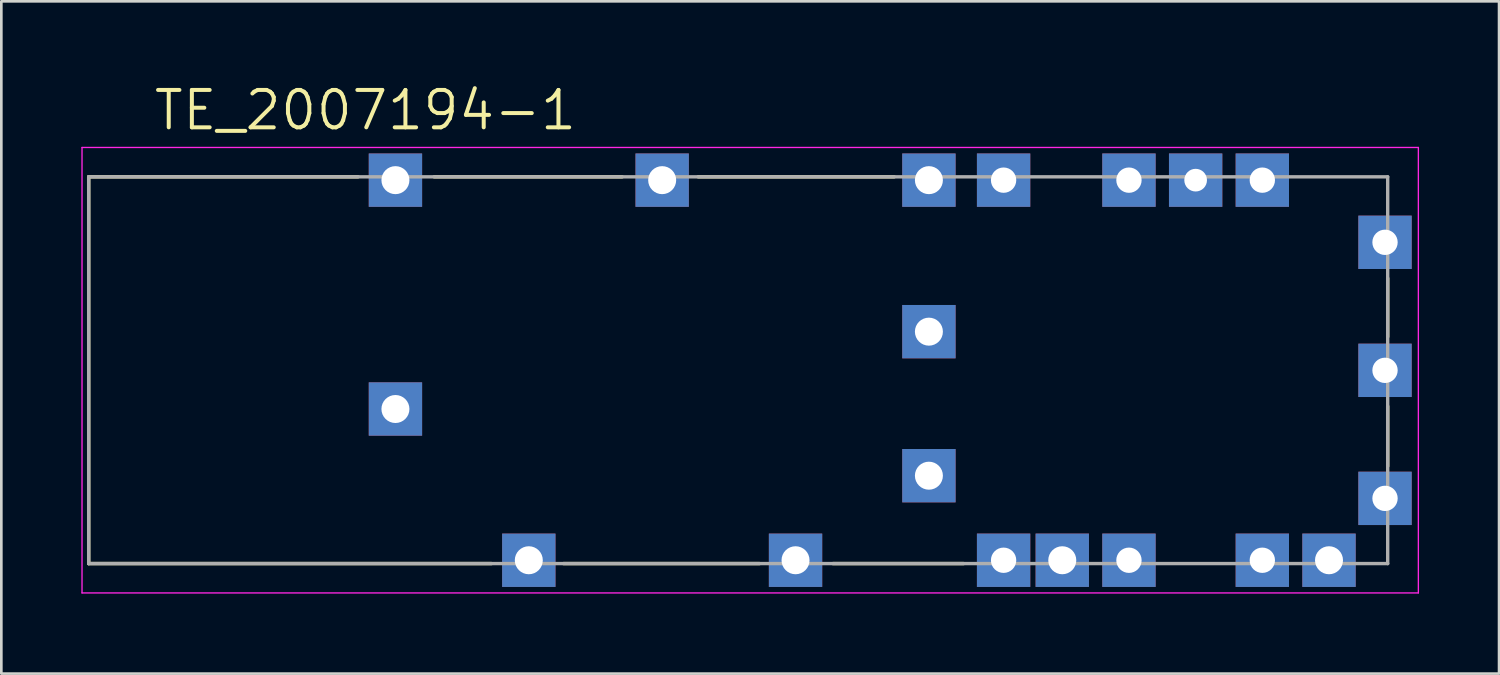
<source format=kicad_pcb>
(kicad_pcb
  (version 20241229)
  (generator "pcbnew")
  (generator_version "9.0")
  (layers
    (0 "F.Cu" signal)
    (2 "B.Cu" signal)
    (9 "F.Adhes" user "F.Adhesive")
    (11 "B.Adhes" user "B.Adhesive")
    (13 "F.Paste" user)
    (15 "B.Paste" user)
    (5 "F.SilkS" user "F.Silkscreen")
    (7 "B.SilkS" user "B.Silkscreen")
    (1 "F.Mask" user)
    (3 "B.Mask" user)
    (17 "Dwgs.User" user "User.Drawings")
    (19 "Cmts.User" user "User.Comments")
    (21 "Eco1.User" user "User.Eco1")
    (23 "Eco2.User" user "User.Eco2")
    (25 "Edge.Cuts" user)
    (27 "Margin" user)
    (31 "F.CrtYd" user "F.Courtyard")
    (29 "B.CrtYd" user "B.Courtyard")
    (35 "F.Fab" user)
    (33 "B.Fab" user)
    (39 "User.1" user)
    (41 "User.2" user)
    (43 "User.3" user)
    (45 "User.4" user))
  (footprint "TE_2007194-1"
    (layer "F.Cu")
    (at 41.775 10.829)
    (property "Reference" "TE_2007194-1" (at -31.127 -9.746 0) (layer "F.SilkS") (effects (font (size 1.401 1.401) (thickness 0.15))))
    (attr through_hole)
    (fp_line (start -41.5 -7.25) (end -41.5 7.25) (stroke (width 0.127) (type solid)) (layer "F.SilkS"))
    (fp_line (start -41.5 7.25) (end -26.4 7.25) (stroke (width 0.127) (type solid)) (layer "F.SilkS"))
    (fp_line (start -31.4 -7.25) (end -41.5 -7.25) (stroke (width 0.127) (type solid)) (layer "F.SilkS"))
    (fp_line (start -23.7 7.25) (end -16.35 7.25) (stroke (width 0.127) (type solid)) (layer "F.SilkS"))
    (fp_line (start -21.5 -7.25) (end -28.55 -7.25) (stroke (width 0.127) (type solid)) (layer "F.SilkS"))
    (fp_line (start -13.6 7.25) (end -8.7 7.25) (stroke (width 0.127) (type solid)) (layer "F.SilkS"))
    (fp_line (start -11.3 -7.25) (end -18.65 -7.25) (stroke (width 0.127) (type solid)) (layer "F.SilkS"))
    (fp_line (start 7.2 -3.45) (end 7.2 -1.25) (stroke (width 0.127) (type solid)) (layer "F.SilkS"))
    (fp_line (start 7.2 1.35) (end 7.2 3.6) (stroke (width 0.127) (type solid)) (layer "F.SilkS"))
    (fp_line (start -41.75 -8.35) (end 8.35 -8.35) (stroke (width 0.05) (type solid)) (layer "F.CrtYd"))
    (fp_line (start -41.75 8.35) (end -41.75 -8.35) (stroke (width 0.05) (type solid)) (layer "F.CrtYd"))
    (fp_line (start 8.35 -8.35) (end 8.35 8.35) (stroke (width 0.05) (type solid)) (layer "F.CrtYd"))
    (fp_line (start 8.35 8.35) (end -41.75 8.35) (stroke (width 0.05) (type solid)) (layer "F.CrtYd"))
    (fp_line (start -41.5 -7.25) (end -41.5 7.25) (stroke (width 0.127) (type solid)) (layer "F.Fab"))
    (fp_line (start -41.5 7.25) (end 7.2 7.25) (stroke (width 0.127) (type solid)) (layer "F.Fab"))
    (fp_line (start 7.2 -7.25) (end -41.5 -7.25) (stroke (width 0.127) (type solid)) (layer "F.Fab"))
    (fp_line (start 7.2 7.25) (end 7.2 -7.25) (stroke (width 0.127) (type solid)) (layer "F.Fab"))
    (pad "1" thru_hole rect (at 0 -7.125) (size 2 2) (drill 0.85) (layers "*.Cu" "*.Mask"))
    (pad "2" thru_hole rect (at 2.5 -7.125) (size 2 2) (drill 0.95) (layers "*.Cu" "*.Mask"))
    (pad "3" thru_hole rect (at -2.5 -7.125) (size 2 2) (drill 0.95) (layers "*.Cu" "*.Mask"))
    (pad "4" thru_hole rect (at 7.1 -4.795) (size 2 2) (drill 0.95) (layers "*.Cu" "*.Mask"))
    (pad "5" thru_hole rect (at 7.1 0.005) (size 2 2) (drill 0.95) (layers "*.Cu" "*.Mask"))
    (pad "6" thru_hole rect (at 7.1 4.805) (size 2 2) (drill 0.95) (layers "*.Cu" "*.Mask"))
    (pad "7" thru_hole rect (at 5 7.125) (size 2 2) (drill 1.05) (layers "*.Cu" "*.Mask"))
    (pad "8" thru_hole rect (at 2.5 7.125) (size 2 2) (drill 0.95) (layers "*.Cu" "*.Mask"))
    (pad "9" thru_hole rect (at -2.5 7.125) (size 2 2) (drill 0.95) (layers "*.Cu" "*.Mask"))
    (pad "10" thru_hole rect (at -5 7.125) (size 2 2) (drill 1.05) (layers "*.Cu" "*.Mask"))
    (pad "11" thru_hole rect (at -7.2 7.125) (size 2 2) (drill 0.95) (layers "*.Cu" "*.Mask"))
    (pad "12" thru_hole rect (at -10 3.955) (size 2 2) (drill 1.05) (layers "*.Cu" "*.Mask"))
    (pad "13" thru_hole rect (at -10 -1.445) (size 2 2) (drill 1.05) (layers "*.Cu" "*.Mask"))
    (pad "14" thru_hole rect (at -10 -7.125) (size 2 2) (drill 1.05) (layers "*.Cu" "*.Mask"))
    (pad "15" thru_hole rect (at -7.2 -7.125) (size 2 2) (drill 0.95) (layers "*.Cu" "*.Mask"))
    (pad "16" thru_hole rect (at -20 -7.125) (size 2 2) (drill 1.05) (layers "*.Cu" "*.Mask"))
    (pad "17" thru_hole rect (at -30 -7.125) (size 2 2) (drill 1.05) (layers "*.Cu" "*.Mask"))
    (pad "18" thru_hole rect (at -30 1.455) (size 2 2) (drill 1.05) (layers "*.Cu" "*.Mask"))
    (pad "19" thru_hole rect (at -25 7.125) (size 2 2) (drill 1.05) (layers "*.Cu" "*.Mask"))
    (pad "20" thru_hole rect (at -15 7.125) (size 2 2) (drill 1.05) (layers "*.Cu" "*.Mask"))
    (zone (net_name "") (layer "F.Cu") (hatch full 0.508) (connect_pads) (min_thickness 0.01) (filled_areas_thickness no) (keepout (tracks not_allowed) (vias not_allowed) (pads not_allowed) (copperpour not_allowed) (footprints allowed)) (placement (enabled no)) (fill) (polygon (pts (xy 7.267 2.704) (xy 34.075 2.704) (xy 34.075 18.956) (xy 7.267 18.956))))
    (zone (net_name "") (layer "F.Cu") (hatch full 0.508) (connect_pads) (min_thickness 0.01) (filled_areas_thickness no) (keepout (tracks not_allowed) (vias not_allowed) (pads not_allowed) (copperpour not_allowed) (footprints allowed)) (placement (enabled no)) (fill) (polygon (pts (xy 34.066 2.704) (xy 49.575 2.704) (xy 49.575 4.696) (xy 34.066 4.696))))
    (zone (net_name "") (layer "F.Cu") (hatch full 0.508) (connect_pads) (min_thickness 0.01) (filled_areas_thickness no) (keepout (tracks not_allowed) (vias not_allowed) (pads not_allowed) (copperpour not_allowed) (footprints allowed)) (placement (enabled no)) (fill) (polygon (pts (xy 37.774 16.954) (xy 49.575 16.954) (xy 49.575 18.956) (xy 37.774 18.956))))
    (zone (net_name "") (layer "F.Cu") (hatch full 0.508) (connect_pads) (min_thickness 0.01) (filled_areas_thickness no) (keepout (tracks not_allowed) (vias not_allowed) (pads not_allowed) (copperpour not_allowed) (footprints allowed)) (placement (enabled no)) (fill) (polygon (pts (xy 48.578 4.679) (xy 49.575 4.679) (xy 49.575 7.077) (xy 48.578 7.077))))
    (zone (net_name "") (layer "F.Cu") (hatch full 0.508) (connect_pads) (min_thickness 0.01) (filled_areas_thickness no) (keepout (tracks not_allowed) (vias not_allowed) (pads not_allowed) (copperpour not_allowed) (footprints allowed)) (placement (enabled no)) (fill) (polygon (pts (xy 48.584 14.579) (xy 49.575 14.579) (xy 49.575 16.987) (xy 48.584 16.987)))))
  (gr_rect
    (start -3 -3)
    (end 53.15 22.204)
    (stroke (width 0.1) (type default))
    (fill no)
    (layer "Edge.Cuts")))
</source>
